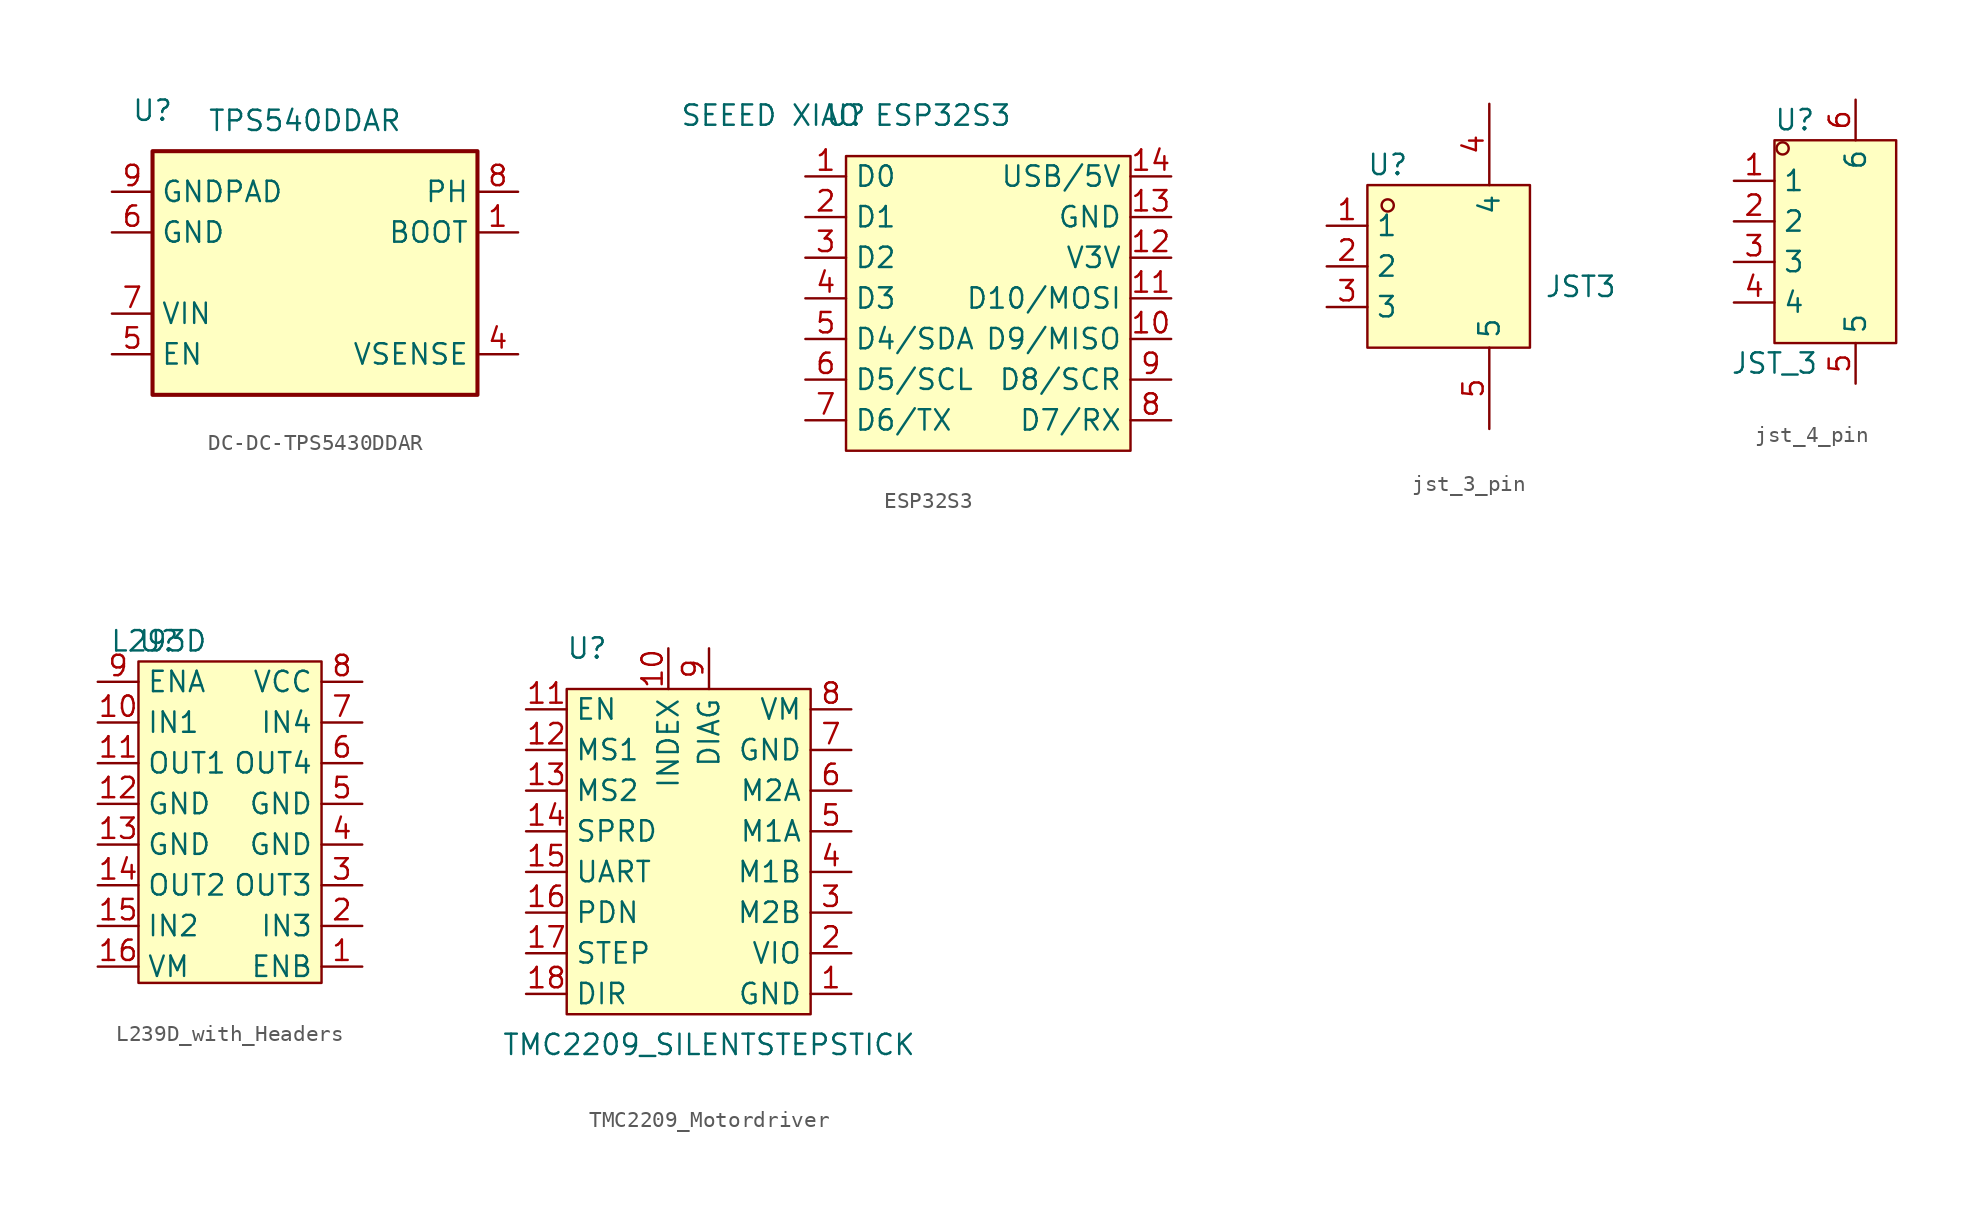
<source format=kicad_sym>
(kicad_symbol_lib
  (version 20231120)
  (generator "kicad_symbol_editor")
  (generator_version "8.0")
  (symbol "DC-DC-TPS5430DDAR"
    (property "Reference" "U"
      (at 0 2.54 0)
      (effects (font (size 1.27 1.27))))
    (property "Value" "TPS540DDAR"
      (at 9.525 1.905 0)
      (effects (font (size 1.27 1.27))))
    (symbol "DC-DC-TPS5430DDAR_0_1"
      (rectangle (start 0 0) (end 20.32 -15.24) (stroke (width 0.254) (type default)) (fill (type background))))
    (symbol "DC-DC-TPS5430DDAR_1_1"
      (pin input line (at 22.86 -5.08 180) (length 2.54) (name "BOOT" (effects (font (size 1.27 1.27)))) (number "1" (effects (font (size 1.27 1.27)))))
      (pin no_connect line (at 22.86 -7.62 180) (length 2.54) hide (name "NC" (effects (font (size 1.27 1.27)))) (number "2" (effects (font (size 1.27 1.27)))))
      (pin no_connect line (at 22.86 -10.16 180) (length 2.54) hide (name "NC" (effects (font (size 1.27 1.27)))) (number "3" (effects (font (size 1.27 1.27)))))
      (pin input line (at 22.86 -12.7 180) (length 2.54) (name "VSENSE" (effects (font (size 1.27 1.27)))) (number "4" (effects (font (size 1.27 1.27)))))
      (pin input line (at -2.54 -12.7 0) (length 2.54) (name "EN" (effects (font (size 1.27 1.27)))) (number "5" (effects (font (size 1.27 1.27)))))
      (pin power_in line (at -2.54 -5.08 0) (length 2.54) (name "GND" (effects (font (size 1.27 1.27)))) (number "6" (effects (font (size 1.27 1.27)))))
      (pin power_in line (at -2.54 -10.16 0) (length 2.54) (name "VIN" (effects (font (size 1.27 1.27)))) (number "7" (effects (font (size 1.27 1.27)))))
      (pin output line (at 22.86 -2.54 180) (length 2.54) (name "PH" (effects (font (size 1.27 1.27)))) (number "8" (effects (font (size 1.27 1.27)))))
      (pin power_in line (at -2.54 -2.54 0) (length 2.54) (name "GNDPAD" (effects (font (size 1.27 1.27)))) (number "9" (effects (font (size 1.27 1.27)))))))
  (symbol "ESP32S3"
    (property "Reference" "U"
      (at 0 2.54 0)
      (effects (font (size 1.27 1.27))))
    (property "Value" "SEEED XIAO ESP32S3"
      (at 0 2.54 0)
      (effects (font (size 1.27 1.27))))
    (symbol "ESP32S3_0_1"
      (rectangle (start 0 0) (end 17.78 -18.415) (stroke (width 0) (type default)) (fill (type background))))
    (symbol "ESP32S3_1_1"
      (pin bidirectional line (at -2.54 -1.27 0) (length 2.54) (name "D0" (effects (font (size 1.27 1.27)))) (number "1" (effects (font (size 1.27 1.27)))))
      (pin bidirectional line (at 20.32 -11.43 180) (length 2.54) (name "D9/MISO" (effects (font (size 1.27 1.27)))) (number "10" (effects (font (size 1.27 1.27)))))
      (pin bidirectional line (at 20.32 -8.89 180) (length 2.54) (name "D10/MOSI" (effects (font (size 1.27 1.27)))) (number "11" (effects (font (size 1.27 1.27)))))
      (pin power_out line (at 20.32 -6.35 180) (length 2.54) (name "V3V" (effects (font (size 1.27 1.27)))) (number "12" (effects (font (size 1.27 1.27)))))
      (pin input line (at 20.32 -3.81 180) (length 2.54) (name "GND" (effects (font (size 1.27 1.27)))) (number "13" (effects (font (size 1.27 1.27)))))
      (pin power_in line (at 20.32 -1.27 180) (length 2.54) (name "USB/5V" (effects (font (size 1.27 1.27)))) (number "14" (effects (font (size 1.27 1.27)))))
      (pin bidirectional line (at -2.54 -3.81 0) (length 2.54) (name "D1" (effects (font (size 1.27 1.27)))) (number "2" (effects (font (size 1.27 1.27)))))
      (pin bidirectional line (at -2.54 -6.35 0) (length 2.54) (name "D2" (effects (font (size 1.27 1.27)))) (number "3" (effects (font (size 1.27 1.27)))))
      (pin bidirectional line (at -2.54 -8.89 0) (length 2.54) (name "D3" (effects (font (size 1.27 1.27)))) (number "4" (effects (font (size 1.27 1.27)))))
      (pin bidirectional line (at -2.54 -11.43 0) (length 2.54) (name "D4/SDA" (effects (font (size 1.27 1.27)))) (number "5" (effects (font (size 1.27 1.27)))))
      (pin bidirectional line (at -2.54 -13.97 0) (length 2.54) (name "D5/SCL" (effects (font (size 1.27 1.27)))) (number "6" (effects (font (size 1.27 1.27)))))
      (pin bidirectional line (at -2.54 -16.51 0) (length 2.54) (name "D6/TX" (effects (font (size 1.27 1.27)))) (number "7" (effects (font (size 1.27 1.27)))))
      (pin bidirectional line (at 20.32 -16.51 180) (length 2.54) (name "D7/RX" (effects (font (size 1.27 1.27)))) (number "8" (effects (font (size 1.27 1.27)))))
      (pin bidirectional line (at 20.32 -13.97 180) (length 2.54) (name "D8/SCR" (effects (font (size 1.27 1.27)))) (number "9" (effects (font (size 1.27 1.27)))))))
  (symbol "jst_3_pin"
    (property "Reference" "U"
      (at 1.27 1.27 0)
      (effects (font (size 1.27 1.27))))
    (property "Value" "JST3"
      (at 13.335 -6.35 0)
      (effects (font (size 1.27 1.27))))
    (symbol "jst_3_pin_0_1"
      (rectangle (start 0 0) (end 10.16 -10.16) (stroke (width 0) (type default)) (fill (type background)))
      (circle (center 1.27 -1.27) (radius 0.38) (stroke (width 0) (type default)) (fill (type none))))
    (symbol "jst_3_pin_1_1"
      (pin input line (at -2.54 -2.54 0) (length 2.54) (name "1" (effects (font (size 1.27 1.27)))) (number "1" (effects (font (size 1.27 1.27)))))
      (pin input line (at -2.54 -5.08 0) (length 2.54) (name "2" (effects (font (size 1.27 1.27)))) (number "2" (effects (font (size 1.27 1.27)))))
      (pin input line (at -2.54 -7.62 0) (length 2.54) (name "3" (effects (font (size 1.27 1.27)))) (number "3" (effects (font (size 1.27 1.27)))))
      (pin input line (at 7.62 5.08 270) (length 5.08) (name "4" (effects (font (size 1.27 1.27)))) (number "4" (effects (font (size 1.27 1.27)))))
      (pin input line (at 7.62 -15.24 90) (length 5.08) (name "5" (effects (font (size 1.27 1.27)))) (number "5" (effects (font (size 1.27 1.27)))))))
  (symbol "jst_4_pin"
    (property "Reference" "U"
      (at 1.27 1.27 0)
      (effects (font (size 1.27 1.27))))
    (property "Value" "JST_3"
      (at 0 -13.97 0)
      (effects (font (size 1.27 1.27))))
    (symbol "jst_4_pin_0_1"
      (rectangle (start 0 0) (end 7.62 -12.7) (stroke (width 0) (type default)) (fill (type background)))
      (circle (center 0.51 -0.51) (radius 0.38) (stroke (width 0) (type default)) (fill (type none))))
    (symbol "jst_4_pin_1_1"
      (pin input line (at -2.54 -2.54 0) (length 2.54) (name "1" (effects (font (size 1.27 1.27)))) (number "1" (effects (font (size 1.27 1.27)))))
      (pin input line (at -2.54 -5.08 0) (length 2.54) (name "2" (effects (font (size 1.27 1.27)))) (number "2" (effects (font (size 1.27 1.27)))))
      (pin input line (at -2.54 -7.62 0) (length 2.54) (name "3" (effects (font (size 1.27 1.27)))) (number "3" (effects (font (size 1.27 1.27)))))
      (pin input line (at -2.54 -10.16 0) (length 2.54) (name "4" (effects (font (size 1.27 1.27)))) (number "4" (effects (font (size 1.27 1.27)))))
      (pin input line (at 5.08 -15.24 90) (length 2.54) (name "5" (effects (font (size 1.27 1.27)))) (number "5" (effects (font (size 1.27 1.27)))))
      (pin input line (at 5.08 2.54 270) (length 2.54) (name "6" (effects (font (size 1.27 1.27)))) (number "6" (effects (font (size 1.27 1.27)))))))
  (symbol "L239D_with_Headers"
    (property "Reference" "U"
      (at 1.27 1.27 0)
      (effects (font (size 1.27 1.27))))
    (property "Value" "L293D"
      (at 1.27 1.27 0)
      (effects (font (size 1.27 1.27))))
    (symbol "L239D_with_Headers_0_1"
      (rectangle (start 0 0) (end 11.43 -20.066) (stroke (width 0) (type default)) (fill (type background))))
    (symbol "L239D_with_Headers_1_1"
      (pin input line (at 13.97 -19.05 180) (length 2.54) (name "ENB" (effects (font (size 1.27 1.27)))) (number "1" (effects (font (size 1.27 1.27)))))
      (pin input line (at -2.54 -3.81 0) (length 2.54) (name "IN1" (effects (font (size 1.27 1.27)))) (number "10" (effects (font (size 1.27 1.27)))))
      (pin output line (at -2.54 -6.35 0) (length 2.54) (name "OUT1" (effects (font (size 1.27 1.27)))) (number "11" (effects (font (size 1.27 1.27)))))
      (pin input line (at -2.54 -8.89 0) (length 2.54) (name "GND" (effects (font (size 1.27 1.27)))) (number "12" (effects (font (size 1.27 1.27)))))
      (pin input line (at -2.54 -11.43 0) (length 2.54) (name "GND" (effects (font (size 1.27 1.27)))) (number "13" (effects (font (size 1.27 1.27)))))
      (pin output line (at -2.54 -13.97 0) (length 2.54) (name "OUT2" (effects (font (size 1.27 1.27)))) (number "14" (effects (font (size 1.27 1.27)))))
      (pin input line (at -2.54 -16.51 0) (length 2.54) (name "IN2" (effects (font (size 1.27 1.27)))) (number "15" (effects (font (size 1.27 1.27)))))
      (pin power_out line (at -2.54 -19.05 0) (length 2.54) (name "VM" (effects (font (size 1.27 1.27)))) (number "16" (effects (font (size 1.27 1.27)))))
      (pin input line (at 13.97 -16.51 180) (length 2.54) (name "IN3" (effects (font (size 1.27 1.27)))) (number "2" (effects (font (size 1.27 1.27)))))
      (pin output line (at 13.97 -13.97 180) (length 2.54) (name "OUT3" (effects (font (size 1.27 1.27)))) (number "3" (effects (font (size 1.27 1.27)))))
      (pin input line (at 13.97 -11.43 180) (length 2.54) (name "GND" (effects (font (size 1.27 1.27)))) (number "4" (effects (font (size 1.27 1.27)))))
      (pin input line (at 13.97 -8.89 180) (length 2.54) (name "GND" (effects (font (size 1.27 1.27)))) (number "5" (effects (font (size 1.27 1.27)))))
      (pin output line (at 13.97 -6.35 180) (length 2.54) (name "OUT4" (effects (font (size 1.27 1.27)))) (number "6" (effects (font (size 1.27 1.27)))))
      (pin input line (at 13.97 -3.81 180) (length 2.54) (name "IN4" (effects (font (size 1.27 1.27)))) (number "7" (effects (font (size 1.27 1.27)))))
      (pin power_in line (at 13.97 -1.27 180) (length 2.54) (name "VCC" (effects (font (size 1.27 1.27)))) (number "8" (effects (font (size 1.27 1.27)))))
      (pin input line (at -2.54 -1.27 0) (length 2.54) (name "ENA" (effects (font (size 1.27 1.27)))) (number "9" (effects (font (size 1.27 1.27)))))))
  (symbol "TMC2209_Motordriver"
    (property "Reference" "U"
      (at 1.27 2.54 0)
      (effects (font (size 1.27 1.27))))
    (property "Value" "TMC2209_SILENTSTEPSTICK"
      (at 8.89 -22.225 0)
      (effects (font (size 1.27 1.27))))
    (symbol "TMC2209_Motordriver_0_1"
      (rectangle (start 0 -20.32) (end 15.24 0) (stroke (width 0) (type default)) (fill (type background))))
    (symbol "TMC2209_Motordriver_1_1"
      (pin input line (at 17.78 -19.05 180) (length 2.54) (name "GND" (effects (font (size 1.27 1.27)))) (number "1" (effects (font (size 1.27 1.27)))))
      (pin output line (at 6.35 2.54 270) (length 2.54) (name "INDEX" (effects (font (size 1.27 1.27)))) (number "10" (effects (font (size 1.27 1.27)))))
      (pin input line (at -2.54 -1.27 0) (length 2.54) (name "EN" (effects (font (size 1.27 1.27)))) (number "11" (effects (font (size 1.27 1.27)))))
      (pin input line (at -2.54 -3.81 0) (length 2.54) (name "MS1" (effects (font (size 1.27 1.27)))) (number "12" (effects (font (size 1.27 1.27)))))
      (pin input line (at -2.54 -6.35 0) (length 2.54) (name "MS2" (effects (font (size 1.27 1.27)))) (number "13" (effects (font (size 1.27 1.27)))))
      (pin input line (at -2.54 -8.89 0) (length 2.54) (name "SPRD" (effects (font (size 1.27 1.27)))) (number "14" (effects (font (size 1.27 1.27)))))
      (pin input line (at -2.54 -11.43 0) (length 2.54) (name "UART" (effects (font (size 1.27 1.27)))) (number "15" (effects (font (size 1.27 1.27)))))
      (pin input line (at -2.54 -13.97 0) (length 2.54) (name "PDN" (effects (font (size 1.27 1.27)))) (number "16" (effects (font (size 1.27 1.27)))))
      (pin input line (at -2.54 -16.51 0) (length 2.54) (name "STEP" (effects (font (size 1.27 1.27)))) (number "17" (effects (font (size 1.27 1.27)))))
      (pin input line (at -2.54 -19.05 0) (length 2.54) (name "DIR" (effects (font (size 1.27 1.27)))) (number "18" (effects (font (size 1.27 1.27)))))
      (pin input line (at 17.78 -16.51 180) (length 2.54) (name "VIO" (effects (font (size 1.27 1.27)))) (number "2" (effects (font (size 1.27 1.27)))))
      (pin output line (at 17.78 -13.97 180) (length 2.54) (name "M2B" (effects (font (size 1.27 1.27)))) (number "3" (effects (font (size 1.27 1.27)))))
      (pin output line (at 17.78 -11.43 180) (length 2.54) (name "M1B" (effects (font (size 1.27 1.27)))) (number "4" (effects (font (size 1.27 1.27)))))
      (pin output line (at 17.78 -8.89 180) (length 2.54) (name "M1A" (effects (font (size 1.27 1.27)))) (number "5" (effects (font (size 1.27 1.27)))))
      (pin output line (at 17.78 -6.35 180) (length 2.54) (name "M2A" (effects (font (size 1.27 1.27)))) (number "6" (effects (font (size 1.27 1.27)))))
      (pin input line (at 17.78 -3.81 180) (length 2.54) (name "GND" (effects (font (size 1.27 1.27)))) (number "7" (effects (font (size 1.27 1.27)))))
      (pin power_in line (at 17.78 -1.27 180) (length 2.54) (name "VM" (effects (font (size 1.27 1.27)))) (number "8" (effects (font (size 1.27 1.27)))))
      (pin output line (at 8.89 2.54 270) (length 2.54) (name "DIAG" (effects (font (size 1.27 1.27)))) (number "9" (effects (font (size 1.27 1.27))))))))
</source>
